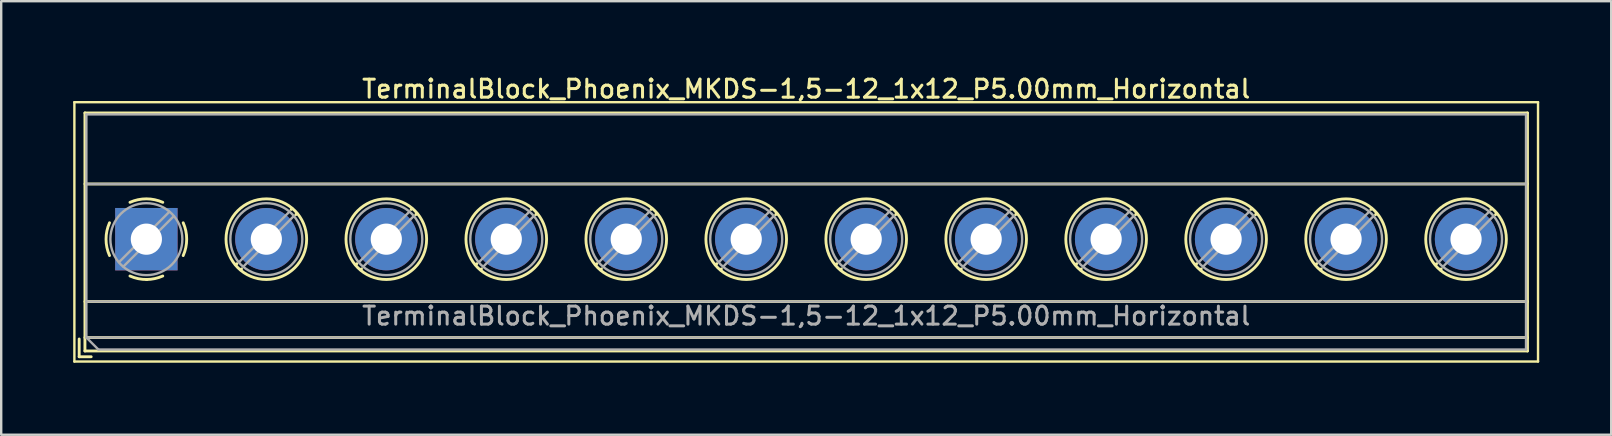
<source format=kicad_pcb>
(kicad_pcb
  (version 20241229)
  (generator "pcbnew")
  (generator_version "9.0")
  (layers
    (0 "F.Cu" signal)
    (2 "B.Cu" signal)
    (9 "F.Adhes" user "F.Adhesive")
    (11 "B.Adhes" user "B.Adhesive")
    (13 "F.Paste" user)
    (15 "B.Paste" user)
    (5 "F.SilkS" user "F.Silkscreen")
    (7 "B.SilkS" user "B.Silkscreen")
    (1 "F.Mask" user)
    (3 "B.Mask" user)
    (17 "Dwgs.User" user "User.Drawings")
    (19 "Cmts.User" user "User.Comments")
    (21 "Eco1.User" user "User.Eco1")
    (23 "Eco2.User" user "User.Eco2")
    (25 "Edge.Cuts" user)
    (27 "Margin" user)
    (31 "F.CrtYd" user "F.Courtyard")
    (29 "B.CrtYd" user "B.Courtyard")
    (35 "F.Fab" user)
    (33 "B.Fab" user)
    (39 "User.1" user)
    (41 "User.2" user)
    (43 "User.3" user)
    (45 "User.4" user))
  (footprint "TerminalBlock_Phoenix_MKDS-1,5-12_1x12_P5.00mm_Horizontal"
    (layer "F.Cu")
    (at 3.05 6.918)
    (property "Reference" "TerminalBlock_Phoenix_MKDS-1,5-12_1x12_P5.00mm_Horizontal" (at 27.5 -6.26 0) (layer "F.SilkS") (effects (font (size 0.75 0.75) (thickness 0.125))))
    (attr through_hole)
    (fp_line (start -3 -5.71) (end -3 5.1) (stroke (width 0.1) (type solid)) (layer "F.SilkS"))
    (fp_line (start -3 5.1) (end 58 5.1) (stroke (width 0.1) (type solid)) (layer "F.SilkS"))
    (fp_line (start -2.8 4.16) (end -2.8 4.9) (stroke (width 0.12) (type solid)) (layer "F.SilkS"))
    (fp_line (start -2.8 4.9) (end -2.3 4.9) (stroke (width 0.12) (type solid)) (layer "F.SilkS"))
    (fp_line (start -2.56 -5.261) (end -2.56 4.66) (stroke (width 0.12) (type solid)) (layer "F.SilkS"))
    (fp_line (start -2.56 -5.261) (end 57.56 -5.261) (stroke (width 0.12) (type solid)) (layer "F.SilkS"))
    (fp_line (start -2.56 -2.301) (end 57.56 -2.301) (stroke (width 0.12) (type solid)) (layer "F.SilkS"))
    (fp_line (start -2.56 2.6) (end 57.56 2.6) (stroke (width 0.12) (type solid)) (layer "F.SilkS"))
    (fp_line (start -2.56 4.1) (end 57.56 4.1) (stroke (width 0.12) (type solid)) (layer "F.SilkS"))
    (fp_line (start -2.56 4.66) (end 57.56 4.66) (stroke (width 0.12) (type solid)) (layer "F.SilkS"))
    (fp_line (start 3.773 1.023) (end 3.726 1.069) (stroke (width 0.12) (type solid)) (layer "F.SilkS"))
    (fp_line (start 3.966 1.239) (end 3.931 1.274) (stroke (width 0.12) (type solid)) (layer "F.SilkS"))
    (fp_line (start 6.07 -1.275) (end 6.035 -1.239) (stroke (width 0.12) (type solid)) (layer "F.SilkS"))
    (fp_line (start 6.275 -1.069) (end 6.228 -1.023) (stroke (width 0.12) (type solid)) (layer "F.SilkS"))
    (fp_line (start 8.773 1.023) (end 8.726 1.069) (stroke (width 0.12) (type solid)) (layer "F.SilkS"))
    (fp_line (start 8.966 1.239) (end 8.931 1.274) (stroke (width 0.12) (type solid)) (layer "F.SilkS"))
    (fp_line (start 11.07 -1.275) (end 11.035 -1.239) (stroke (width 0.12) (type solid)) (layer "F.SilkS"))
    (fp_line (start 11.275 -1.069) (end 11.228 -1.023) (stroke (width 0.12) (type solid)) (layer "F.SilkS"))
    (fp_line (start 13.773 1.023) (end 13.726 1.069) (stroke (width 0.12) (type solid)) (layer "F.SilkS"))
    (fp_line (start 13.966 1.239) (end 13.931 1.274) (stroke (width 0.12) (type solid)) (layer "F.SilkS"))
    (fp_line (start 16.07 -1.275) (end 16.035 -1.239) (stroke (width 0.12) (type solid)) (layer "F.SilkS"))
    (fp_line (start 16.275 -1.069) (end 16.228 -1.023) (stroke (width 0.12) (type solid)) (layer "F.SilkS"))
    (fp_line (start 18.773 1.023) (end 18.726 1.069) (stroke (width 0.12) (type solid)) (layer "F.SilkS"))
    (fp_line (start 18.966 1.239) (end 18.931 1.274) (stroke (width 0.12) (type solid)) (layer "F.SilkS"))
    (fp_line (start 21.07 -1.275) (end 21.035 -1.239) (stroke (width 0.12) (type solid)) (layer "F.SilkS"))
    (fp_line (start 21.275 -1.069) (end 21.228 -1.023) (stroke (width 0.12) (type solid)) (layer "F.SilkS"))
    (fp_line (start 23.773 1.023) (end 23.726 1.069) (stroke (width 0.12) (type solid)) (layer "F.SilkS"))
    (fp_line (start 23.966 1.239) (end 23.931 1.274) (stroke (width 0.12) (type solid)) (layer "F.SilkS"))
    (fp_line (start 26.07 -1.275) (end 26.035 -1.239) (stroke (width 0.12) (type solid)) (layer "F.SilkS"))
    (fp_line (start 26.275 -1.069) (end 26.228 -1.023) (stroke (width 0.12) (type solid)) (layer "F.SilkS"))
    (fp_line (start 28.773 1.023) (end 28.726 1.069) (stroke (width 0.12) (type solid)) (layer "F.SilkS"))
    (fp_line (start 28.966 1.239) (end 28.931 1.274) (stroke (width 0.12) (type solid)) (layer "F.SilkS"))
    (fp_line (start 31.07 -1.275) (end 31.035 -1.239) (stroke (width 0.12) (type solid)) (layer "F.SilkS"))
    (fp_line (start 31.275 -1.069) (end 31.228 -1.023) (stroke (width 0.12) (type solid)) (layer "F.SilkS"))
    (fp_line (start 33.773 1.023) (end 33.726 1.069) (stroke (width 0.12) (type solid)) (layer "F.SilkS"))
    (fp_line (start 33.966 1.239) (end 33.931 1.274) (stroke (width 0.12) (type solid)) (layer "F.SilkS"))
    (fp_line (start 36.07 -1.275) (end 36.035 -1.239) (stroke (width 0.12) (type solid)) (layer "F.SilkS"))
    (fp_line (start 36.275 -1.069) (end 36.228 -1.023) (stroke (width 0.12) (type solid)) (layer "F.SilkS"))
    (fp_line (start 38.773 1.023) (end 38.726 1.069) (stroke (width 0.12) (type solid)) (layer "F.SilkS"))
    (fp_line (start 38.966 1.239) (end 38.931 1.274) (stroke (width 0.12) (type solid)) (layer "F.SilkS"))
    (fp_line (start 41.07 -1.275) (end 41.035 -1.239) (stroke (width 0.12) (type solid)) (layer "F.SilkS"))
    (fp_line (start 41.275 -1.069) (end 41.228 -1.023) (stroke (width 0.12) (type solid)) (layer "F.SilkS"))
    (fp_line (start 43.773 1.023) (end 43.726 1.069) (stroke (width 0.12) (type solid)) (layer "F.SilkS"))
    (fp_line (start 43.966 1.239) (end 43.931 1.274) (stroke (width 0.12) (type solid)) (layer "F.SilkS"))
    (fp_line (start 46.07 -1.275) (end 46.035 -1.239) (stroke (width 0.12) (type solid)) (layer "F.SilkS"))
    (fp_line (start 46.275 -1.069) (end 46.228 -1.023) (stroke (width 0.12) (type solid)) (layer "F.SilkS"))
    (fp_line (start 48.773 1.023) (end 48.726 1.069) (stroke (width 0.12) (type solid)) (layer "F.SilkS"))
    (fp_line (start 48.966 1.239) (end 48.931 1.274) (stroke (width 0.12) (type solid)) (layer "F.SilkS"))
    (fp_line (start 51.07 -1.275) (end 51.035 -1.239) (stroke (width 0.12) (type solid)) (layer "F.SilkS"))
    (fp_line (start 51.275 -1.069) (end 51.228 -1.023) (stroke (width 0.12) (type solid)) (layer "F.SilkS"))
    (fp_line (start 53.773 1.023) (end 53.726 1.069) (stroke (width 0.12) (type solid)) (layer "F.SilkS"))
    (fp_line (start 53.966 1.239) (end 53.931 1.274) (stroke (width 0.12) (type solid)) (layer "F.SilkS"))
    (fp_line (start 56.07 -1.275) (end 56.035 -1.239) (stroke (width 0.12) (type solid)) (layer "F.SilkS"))
    (fp_line (start 56.275 -1.069) (end 56.228 -1.023) (stroke (width 0.12) (type solid)) (layer "F.SilkS"))
    (fp_line (start 57.56 -5.261) (end 57.56 4.66) (stroke (width 0.12) (type solid)) (layer "F.SilkS"))
    (fp_line (start 58 -5.71) (end -3 -5.71) (stroke (width 0.1) (type solid)) (layer "F.SilkS"))
    (fp_line (start 58 5.1) (end 58 -5.71) (stroke (width 0.1) (type solid)) (layer "F.SilkS"))
    (fp_arc (start -1.535427 0.683042) (mid -1.680501 -0.000524) (end -1.535 -0.684) (stroke (width 0.12) (type solid)) (layer "F.SilkS"))
    (fp_arc (start -0.683042 -1.535427) (mid 0.000524 -1.680501) (end 0.684 -1.535) (stroke (width 0.12) (type solid)) (layer "F.SilkS"))
    (fp_arc (start 0.028805 1.680253) (mid -0.335551 1.646659) (end -0.684 1.535) (stroke (width 0.12) (type solid)) (layer "F.SilkS"))
    (fp_arc (start 0.683318 1.534756) (mid 0.349292 1.643288) (end 0 1.68) (stroke (width 0.12) (type solid)) (layer "F.SilkS"))
    (fp_arc (start 1.535427 -0.683042) (mid 1.680501 0.000524) (end 1.535 0.684) (stroke (width 0.12) (type solid)) (layer "F.SilkS"))
    (fp_circle (center 5 0) (end 6.68 0) (stroke (width 0.12) (type solid)) (fill no) (layer "F.SilkS"))
    (fp_circle (center 10 0) (end 11.68 0) (stroke (width 0.12) (type solid)) (fill no) (layer "F.SilkS"))
    (fp_circle (center 15 0) (end 16.68 0) (stroke (width 0.12) (type solid)) (fill no) (layer "F.SilkS"))
    (fp_circle (center 20 0) (end 21.68 0) (stroke (width 0.12) (type solid)) (fill no) (layer "F.SilkS"))
    (fp_circle (center 25 0) (end 26.68 0) (stroke (width 0.12) (type solid)) (fill no) (layer "F.SilkS"))
    (fp_circle (center 30 0) (end 31.68 0) (stroke (width 0.12) (type solid)) (fill no) (layer "F.SilkS"))
    (fp_circle (center 35 0) (end 36.68 0) (stroke (width 0.12) (type solid)) (fill no) (layer "F.SilkS"))
    (fp_circle (center 40 0) (end 41.68 0) (stroke (width 0.12) (type solid)) (fill no) (layer "F.SilkS"))
    (fp_circle (center 45 0) (end 46.68 0) (stroke (width 0.12) (type solid)) (fill no) (layer "F.SilkS"))
    (fp_circle (center 50 0) (end 51.68 0) (stroke (width 0.12) (type solid)) (fill no) (layer "F.SilkS"))
    (fp_circle (center 55 0) (end 56.68 0) (stroke (width 0.12) (type solid)) (fill no) (layer "F.SilkS"))
    (fp_line (start -2.5 -5.2) (end 57.5 -5.2) (stroke (width 0.1) (type solid)) (layer "F.Fab"))
    (fp_line (start -2.5 -2.3) (end 57.5 -2.3) (stroke (width 0.1) (type solid)) (layer "F.Fab"))
    (fp_line (start -2.5 2.6) (end 57.5 2.6) (stroke (width 0.1) (type solid)) (layer "F.Fab"))
    (fp_line (start -2.5 4.1) (end -2.5 -5.2) (stroke (width 0.1) (type solid)) (layer "F.Fab"))
    (fp_line (start -2.5 4.1) (end 57.5 4.1) (stroke (width 0.1) (type solid)) (layer "F.Fab"))
    (fp_line (start -2 4.6) (end -2.5 4.1) (stroke (width 0.1) (type solid)) (layer "F.Fab"))
    (fp_line (start 0.955 -1.138) (end -1.138 0.955) (stroke (width 0.1) (type solid)) (layer "F.Fab"))
    (fp_line (start 1.138 -0.955) (end -0.955 1.138) (stroke (width 0.1) (type solid)) (layer "F.Fab"))
    (fp_line (start 5.955 -1.138) (end 3.863 0.955) (stroke (width 0.1) (type solid)) (layer "F.Fab"))
    (fp_line (start 6.138 -0.955) (end 4.046 1.138) (stroke (width 0.1) (type solid)) (layer "F.Fab"))
    (fp_line (start 10.955 -1.138) (end 8.863 0.955) (stroke (width 0.1) (type solid)) (layer "F.Fab"))
    (fp_line (start 11.138 -0.955) (end 9.046 1.138) (stroke (width 0.1) (type solid)) (layer "F.Fab"))
    (fp_line (start 15.955 -1.138) (end 13.863 0.955) (stroke (width 0.1) (type solid)) (layer "F.Fab"))
    (fp_line (start 16.138 -0.955) (end 14.046 1.138) (stroke (width 0.1) (type solid)) (layer "F.Fab"))
    (fp_line (start 20.955 -1.138) (end 18.863 0.955) (stroke (width 0.1) (type solid)) (layer "F.Fab"))
    (fp_line (start 21.138 -0.955) (end 19.046 1.138) (stroke (width 0.1) (type solid)) (layer "F.Fab"))
    (fp_line (start 25.955 -1.138) (end 23.863 0.955) (stroke (width 0.1) (type solid)) (layer "F.Fab"))
    (fp_line (start 26.138 -0.955) (end 24.046 1.138) (stroke (width 0.1) (type solid)) (layer "F.Fab"))
    (fp_line (start 30.955 -1.138) (end 28.863 0.955) (stroke (width 0.1) (type solid)) (layer "F.Fab"))
    (fp_line (start 31.138 -0.955) (end 29.046 1.138) (stroke (width 0.1) (type solid)) (layer "F.Fab"))
    (fp_line (start 35.955 -1.138) (end 33.863 0.955) (stroke (width 0.1) (type solid)) (layer "F.Fab"))
    (fp_line (start 36.138 -0.955) (end 34.046 1.138) (stroke (width 0.1) (type solid)) (layer "F.Fab"))
    (fp_line (start 40.955 -1.138) (end 38.863 0.955) (stroke (width 0.1) (type solid)) (layer "F.Fab"))
    (fp_line (start 41.138 -0.955) (end 39.046 1.138) (stroke (width 0.1) (type solid)) (layer "F.Fab"))
    (fp_line (start 45.955 -1.138) (end 43.863 0.955) (stroke (width 0.1) (type solid)) (layer "F.Fab"))
    (fp_line (start 46.138 -0.955) (end 44.046 1.138) (stroke (width 0.1) (type solid)) (layer "F.Fab"))
    (fp_line (start 50.955 -1.138) (end 48.863 0.955) (stroke (width 0.1) (type solid)) (layer "F.Fab"))
    (fp_line (start 51.138 -0.955) (end 49.046 1.138) (stroke (width 0.1) (type solid)) (layer "F.Fab"))
    (fp_line (start 55.955 -1.138) (end 53.863 0.955) (stroke (width 0.1) (type solid)) (layer "F.Fab"))
    (fp_line (start 56.138 -0.955) (end 54.046 1.138) (stroke (width 0.1) (type solid)) (layer "F.Fab"))
    (fp_line (start 57.5 -5.2) (end 57.5 4.6) (stroke (width 0.1) (type solid)) (layer "F.Fab"))
    (fp_line (start 57.5 4.6) (end -2 4.6) (stroke (width 0.1) (type solid)) (layer "F.Fab"))
    (fp_circle (center 0 0) (end 1.5 0) (stroke (width 0.1) (type solid)) (fill no) (layer "F.Fab"))
    (fp_circle (center 5 0) (end 6.5 0) (stroke (width 0.1) (type solid)) (fill no) (layer "F.Fab"))
    (fp_circle (center 10 0) (end 11.5 0) (stroke (width 0.1) (type solid)) (fill no) (layer "F.Fab"))
    (fp_circle (center 15 0) (end 16.5 0) (stroke (width 0.1) (type solid)) (fill no) (layer "F.Fab"))
    (fp_circle (center 20 0) (end 21.5 0) (stroke (width 0.1) (type solid)) (fill no) (layer "F.Fab"))
    (fp_circle (center 25 0) (end 26.5 0) (stroke (width 0.1) (type solid)) (fill no) (layer "F.Fab"))
    (fp_circle (center 30 0) (end 31.5 0) (stroke (width 0.1) (type solid)) (fill no) (layer "F.Fab"))
    (fp_circle (center 35 0) (end 36.5 0) (stroke (width 0.1) (type solid)) (fill no) (layer "F.Fab"))
    (fp_circle (center 40 0) (end 41.5 0) (stroke (width 0.1) (type solid)) (fill no) (layer "F.Fab"))
    (fp_circle (center 45 0) (end 46.5 0) (stroke (width 0.1) (type solid)) (fill no) (layer "F.Fab"))
    (fp_circle (center 50 0) (end 51.5 0) (stroke (width 0.1) (type solid)) (fill no) (layer "F.Fab"))
    (fp_circle (center 55 0) (end 56.5 0) (stroke (width 0.1) (type solid)) (fill no) (layer "F.Fab"))
    (fp_text user "${REFERENCE}" (at 27.5 3.2 0) (layer "F.Fab") (effects (font (size 0.75 0.75) (thickness 0.125))))
    (pad "1" thru_hole rect (at 0 0) (size 2.6 2.6) (drill 1.3) (layers "*.Cu" "*.Mask"))
    (pad "2" thru_hole circle (at 5 0) (size 2.6 2.6) (drill 1.3) (layers "*.Cu" "*.Mask"))
    (pad "3" thru_hole circle (at 10 0) (size 2.6 2.6) (drill 1.3) (layers "*.Cu" "*.Mask"))
    (pad "4" thru_hole circle (at 15 0) (size 2.6 2.6) (drill 1.3) (layers "*.Cu" "*.Mask"))
    (pad "5" thru_hole circle (at 20 0) (size 2.6 2.6) (drill 1.3) (layers "*.Cu" "*.Mask"))
    (pad "6" thru_hole circle (at 25 0) (size 2.6 2.6) (drill 1.3) (layers "*.Cu" "*.Mask"))
    (pad "7" thru_hole circle (at 30 0) (size 2.6 2.6) (drill 1.3) (layers "*.Cu" "*.Mask"))
    (pad "8" thru_hole circle (at 35 0) (size 2.6 2.6) (drill 1.3) (layers "*.Cu" "*.Mask"))
    (pad "9" thru_hole circle (at 40 0) (size 2.6 2.6) (drill 1.3) (layers "*.Cu" "*.Mask"))
    (pad "10" thru_hole circle (at 45 0) (size 2.6 2.6) (drill 1.3) (layers "*.Cu" "*.Mask"))
    (pad "11" thru_hole circle (at 50 0) (size 2.6 2.6) (drill 1.3) (layers "*.Cu" "*.Mask"))
    (pad "12" thru_hole circle (at 55 0) (size 2.6 2.6) (drill 1.3) (layers "*.Cu" "*.Mask")))
  (gr_rect
    (start -3 -3)
    (end 64.1 15.068)
    (stroke (width 0.1) (type default))
    (fill no)
    (layer "Edge.Cuts")))
</source>
